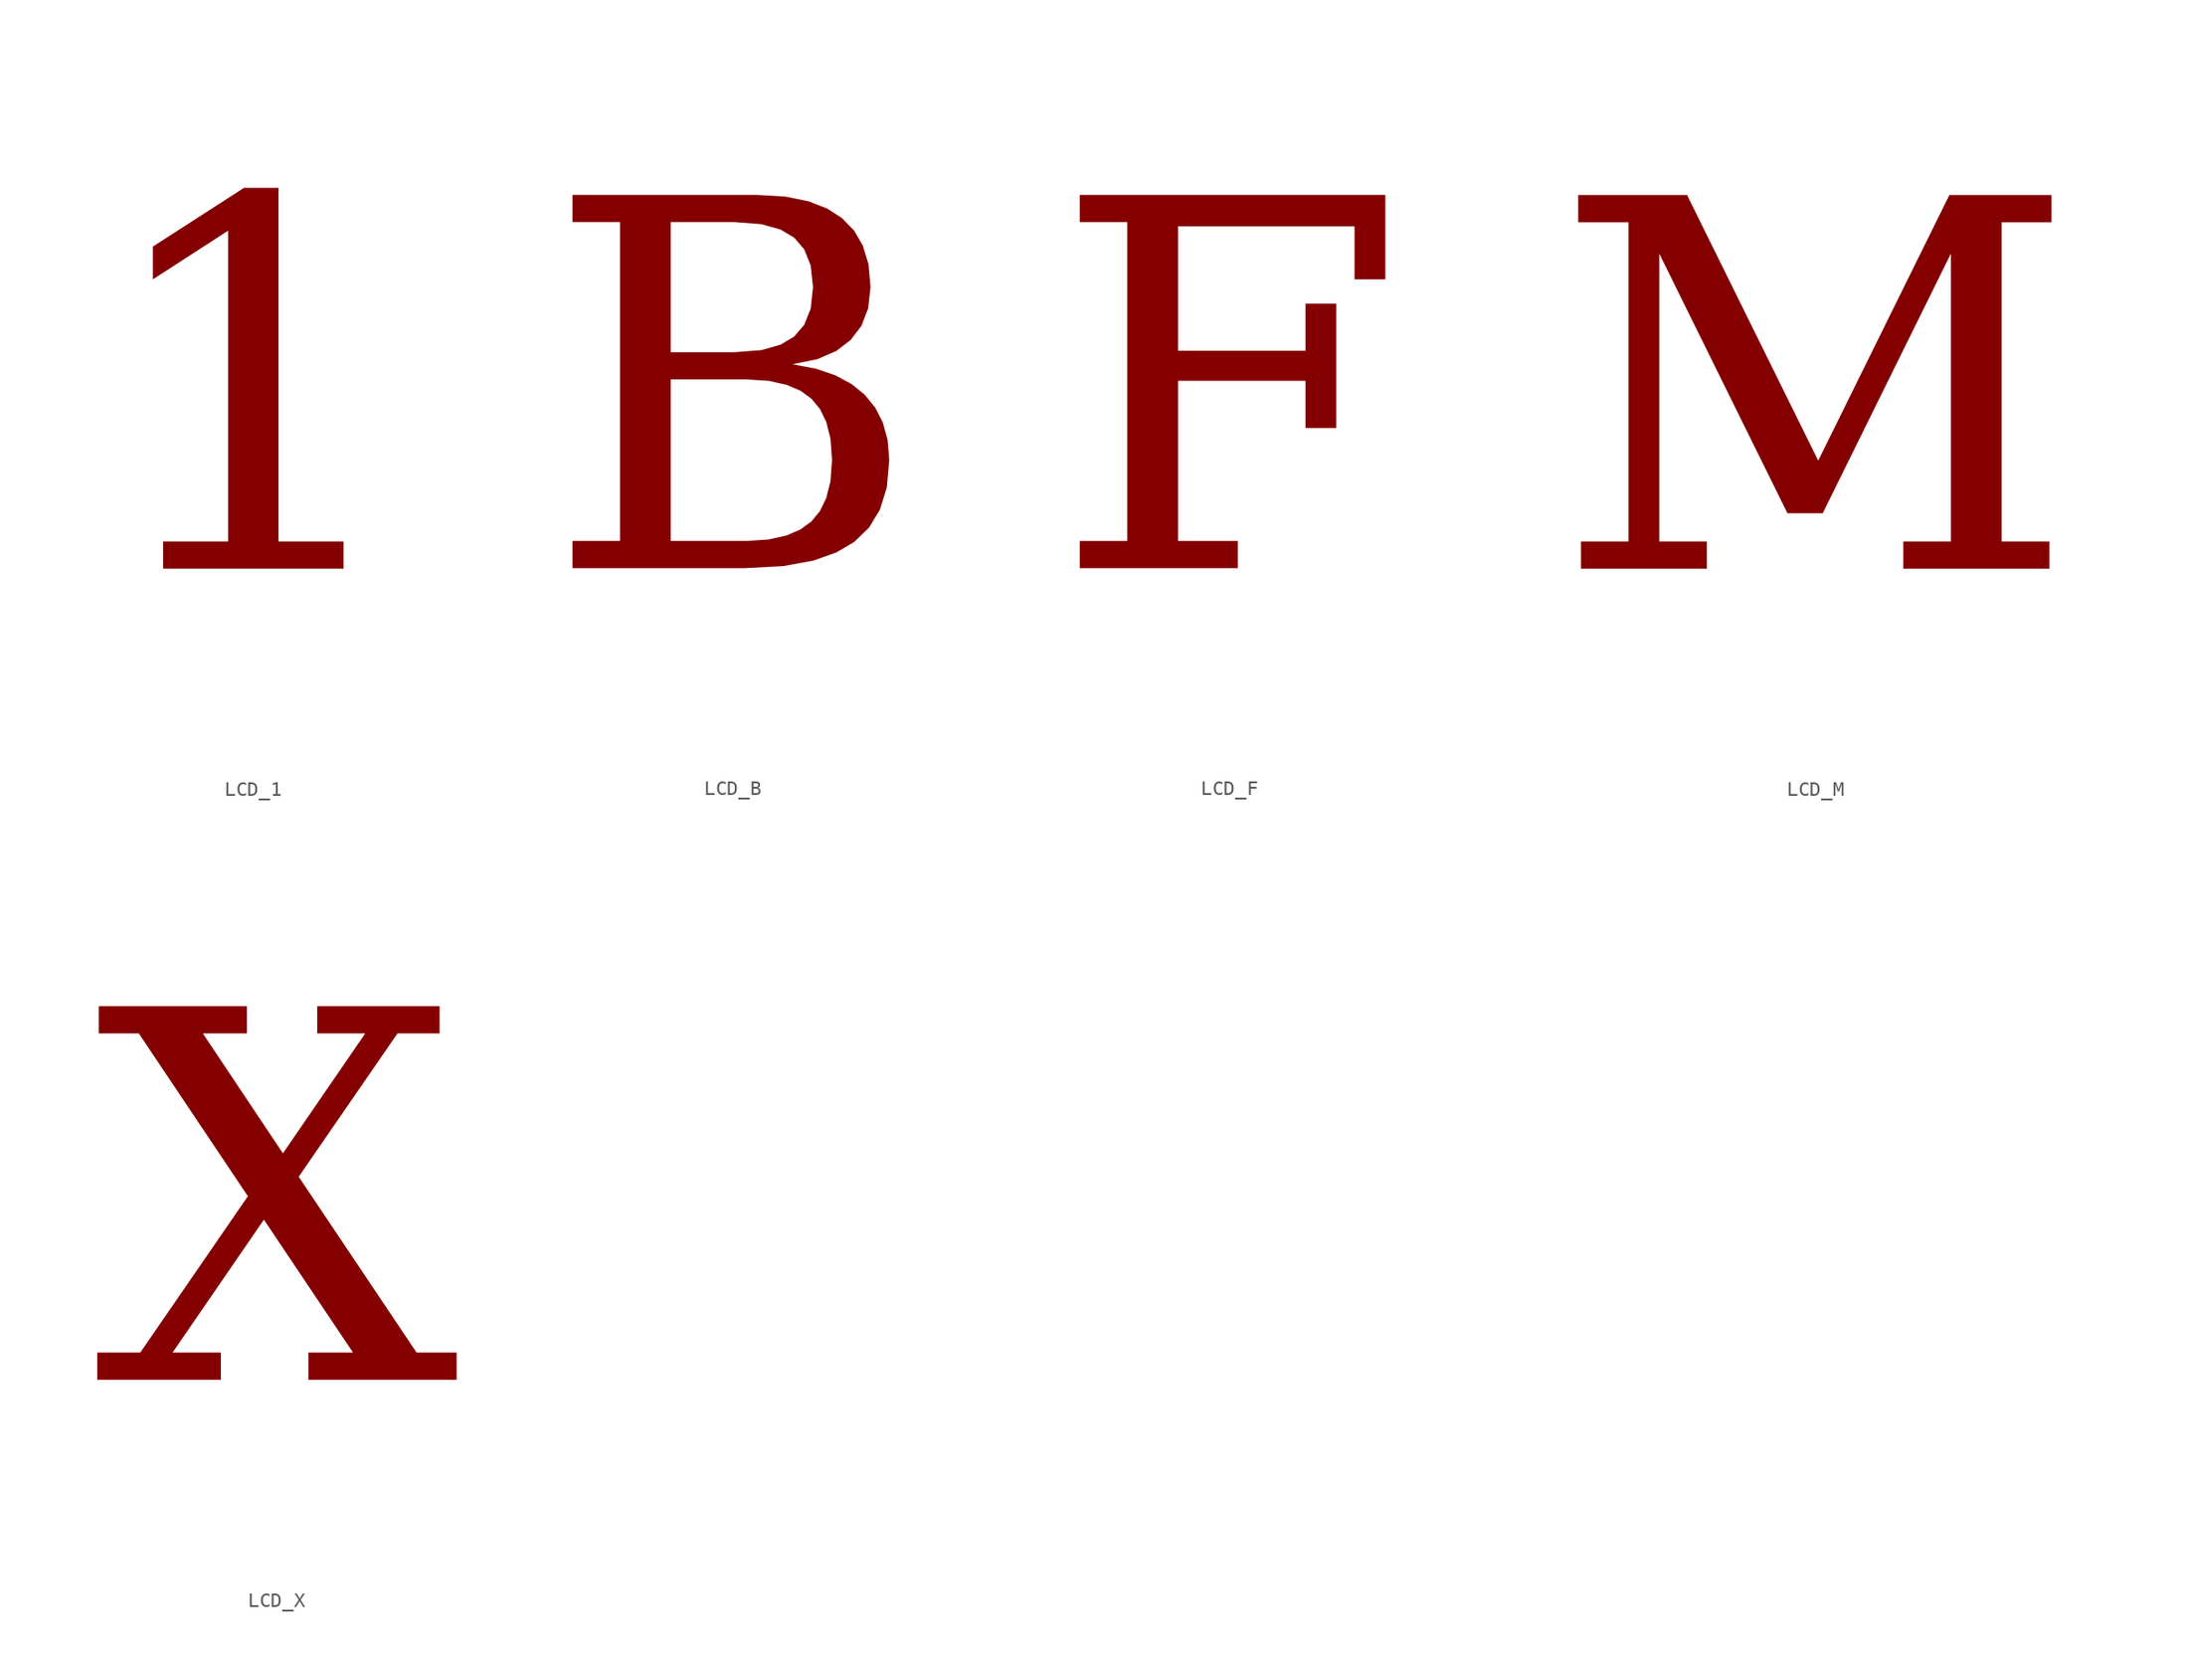
<source format=kicad_sym>
(kicad_symbol_lib
  (version 20220914)
  (generator kicad_symbol_editor)
  (symbol "LCD_1"
    (property "Reference" "U"
      (at 0 0 0)
      (effects (font (size 1.27 1.27)) hide))
    (property "Value" ""
      (at 0 0 0)
      (effects (font (size 1.27 1.27))))
    (symbol "LCD_1_1_1"
      (text "1" (at 0 0 0) (effects (font (face "Cambria") (size 25.4 25.4))))))
  (symbol "LCD_B"
    (property "Reference" "U"
      (at 0 0 0)
      (effects (font (size 1.27 1.27)) hide))
    (property "Value" ""
      (at 0 0 0)
      (effects (font (size 1.27 1.27))))
    (symbol "LCD_B_1_1"
      (text "B" (at 0 0 0) (effects (font (face "Cambria") (size 25.4 25.4))))))
  (symbol "LCD_F"
    (property "Reference" "U"
      (at 0 0 0)
      (effects (font (size 1.27 1.27)) hide))
    (property "Value" ""
      (at 0 0 0)
      (effects (font (size 1.27 1.27))))
    (symbol "LCD_F_1_1"
      (text "F" (at 0 0 0) (effects (font (face "Cambria") (size 25.4 25.4))))))
  (symbol "LCD_M"
    (property "Reference" "U"
      (at 0 0 0)
      (effects (font (size 1.27 1.27)) hide))
    (property "Value" ""
      (at 0 0 0)
      (effects (font (size 1.27 1.27))))
    (symbol "LCD_M_1_1"
      (text "M" (at 0 0 0) (effects (font (face "Cambria") (size 25.4 25.4))))))
  (symbol "LCD_X"
    (property "Reference" "U"
      (at 0 0 0)
      (effects (font (size 1.27 1.27)) hide))
    (property "Value" ""
      (at 0 0 0)
      (effects (font (size 1.27 1.27))))
    (symbol "LCD_X_1_1"
      (text "X" (at 0 0 0) (effects (font (face "Cambria") (size 25.4 25.4)))))))
</source>
